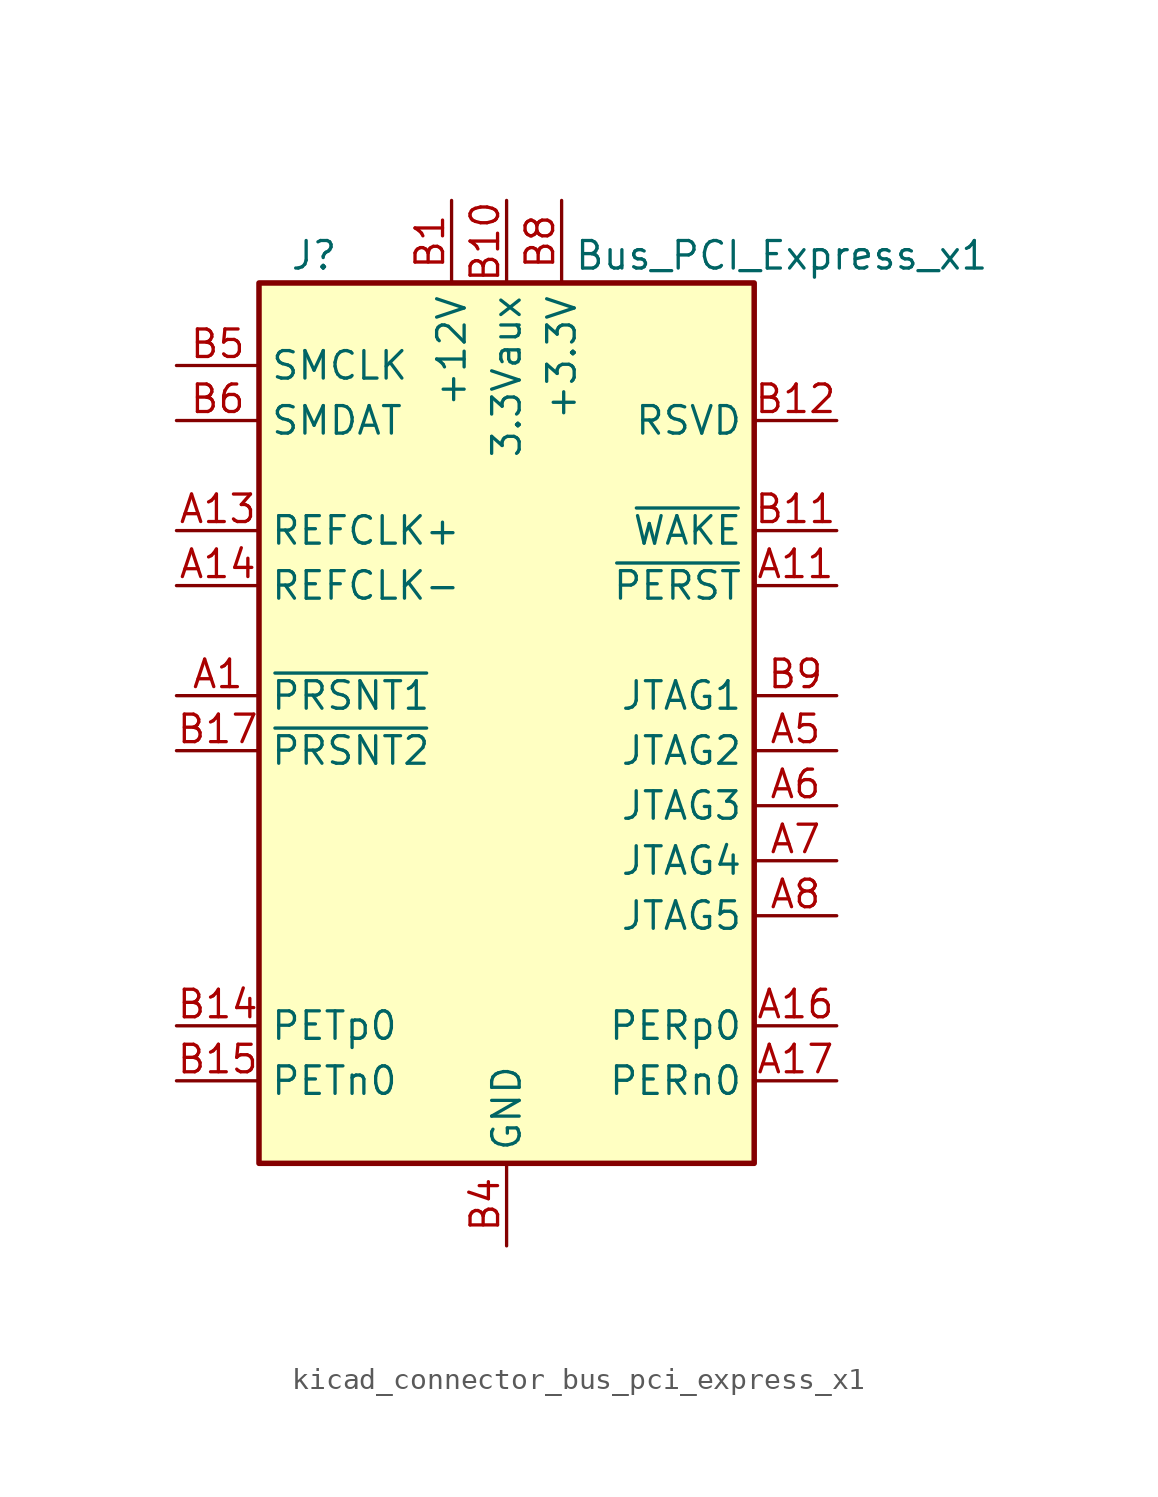
<source format=kicad_sym>
(kicad_symbol_lib
  (version 20220914)
  (generator kicad_symbol_editor)
  (symbol "kicad_connector_bus_pci_express_x1"
    (property "Reference" "J"
      (at -8.89 22.86 0)
      (effects (font (size 1.27 1.27))))
    (property "Value" "Bus_PCI_Express_x1"
      (at 12.7 22.86 0)
      (effects (font (size 1.27 1.27))))
    (symbol "kicad_connector_bus_pci_express_x1_0_1"
      (rectangle (start -11.43 21.59) (end 11.43 -19.05) (stroke (width 0.254) (type default)) (fill (type background))))
    (symbol "kicad_connector_bus_pci_express_x1_1_1"
      (pin passive line (at -15.24 2.54 0) (length 3.81) (name "~{PRSNT1}" (effects (font (size 1.27 1.27)))) (number "A1" (effects (font (size 1.27 1.27)))))
      (pin passive line (at 2.54 25.4 270) (length 3.81) hide (name "+3.3V" (effects (font (size 1.27 1.27)))) (number "A10" (effects (font (size 1.27 1.27)))))
      (pin input line (at 15.24 7.62 180) (length 3.81) (name "~{PERST}" (effects (font (size 1.27 1.27)))) (number "A11" (effects (font (size 1.27 1.27)))))
      (pin passive line (at 0 -22.86 90) (length 3.81) hide (name "GND" (effects (font (size 1.27 1.27)))) (number "A12" (effects (font (size 1.27 1.27)))))
      (pin input line (at -15.24 10.16 0) (length 3.81) (name "REFCLK+" (effects (font (size 1.27 1.27)))) (number "A13" (effects (font (size 1.27 1.27)))))
      (pin input line (at -15.24 7.62 0) (length 3.81) (name "REFCLK-" (effects (font (size 1.27 1.27)))) (number "A14" (effects (font (size 1.27 1.27)))))
      (pin passive line (at 0 -22.86 90) (length 3.81) hide (name "GND" (effects (font (size 1.27 1.27)))) (number "A15" (effects (font (size 1.27 1.27)))))
      (pin output line (at 15.24 -12.7 180) (length 3.81) (name "PERp0" (effects (font (size 1.27 1.27)))) (number "A16" (effects (font (size 1.27 1.27)))))
      (pin output line (at 15.24 -15.24 180) (length 3.81) (name "PERn0" (effects (font (size 1.27 1.27)))) (number "A17" (effects (font (size 1.27 1.27)))))
      (pin passive line (at 0 -22.86 90) (length 3.81) hide (name "GND" (effects (font (size 1.27 1.27)))) (number "A18" (effects (font (size 1.27 1.27)))))
      (pin passive line (at -2.54 25.4 270) (length 3.81) hide (name "+12V" (effects (font (size 1.27 1.27)))) (number "A2" (effects (font (size 1.27 1.27)))))
      (pin passive line (at -2.54 25.4 270) (length 3.81) hide (name "+12V" (effects (font (size 1.27 1.27)))) (number "A3" (effects (font (size 1.27 1.27)))))
      (pin passive line (at 0 -22.86 90) (length 3.81) hide (name "GND" (effects (font (size 1.27 1.27)))) (number "A4" (effects (font (size 1.27 1.27)))))
      (pin input line (at 15.24 0 180) (length 3.81) (name "JTAG2" (effects (font (size 1.27 1.27)))) (number "A5" (effects (font (size 1.27 1.27)))))
      (pin input line (at 15.24 -2.54 180) (length 3.81) (name "JTAG3" (effects (font (size 1.27 1.27)))) (number "A6" (effects (font (size 1.27 1.27)))))
      (pin output line (at 15.24 -5.08 180) (length 3.81) (name "JTAG4" (effects (font (size 1.27 1.27)))) (number "A7" (effects (font (size 1.27 1.27)))))
      (pin input line (at 15.24 -7.62 180) (length 3.81) (name "JTAG5" (effects (font (size 1.27 1.27)))) (number "A8" (effects (font (size 1.27 1.27)))))
      (pin passive line (at 2.54 25.4 270) (length 3.81) hide (name "+3.3V" (effects (font (size 1.27 1.27)))) (number "A9" (effects (font (size 1.27 1.27)))))
      (pin power_in line (at -2.54 25.4 270) (length 3.81) (name "+12V" (effects (font (size 1.27 1.27)))) (number "B1" (effects (font (size 1.27 1.27)))))
      (pin power_in line (at 0 25.4 270) (length 3.81) (name "3.3Vaux" (effects (font (size 1.27 1.27)))) (number "B10" (effects (font (size 1.27 1.27)))))
      (pin open_collector line (at 15.24 10.16 180) (length 3.81) (name "~{WAKE}" (effects (font (size 1.27 1.27)))) (number "B11" (effects (font (size 1.27 1.27)))))
      (pin passive line (at 15.24 15.24 180) (length 3.81) (name "RSVD" (effects (font (size 1.27 1.27)))) (number "B12" (effects (font (size 1.27 1.27)))))
      (pin passive line (at 0 -22.86 90) (length 3.81) hide (name "GND" (effects (font (size 1.27 1.27)))) (number "B13" (effects (font (size 1.27 1.27)))))
      (pin input line (at -15.24 -12.7 0) (length 3.81) (name "PETp0" (effects (font (size 1.27 1.27)))) (number "B14" (effects (font (size 1.27 1.27)))))
      (pin input line (at -15.24 -15.24 0) (length 3.81) (name "PETn0" (effects (font (size 1.27 1.27)))) (number "B15" (effects (font (size 1.27 1.27)))))
      (pin passive line (at 0 -22.86 90) (length 3.81) hide (name "GND" (effects (font (size 1.27 1.27)))) (number "B16" (effects (font (size 1.27 1.27)))))
      (pin passive line (at -15.24 0 0) (length 3.81) (name "~{PRSNT2}" (effects (font (size 1.27 1.27)))) (number "B17" (effects (font (size 1.27 1.27)))))
      (pin passive line (at 0 -22.86 90) (length 3.81) hide (name "GND" (effects (font (size 1.27 1.27)))) (number "B18" (effects (font (size 1.27 1.27)))))
      (pin passive line (at -2.54 25.4 270) (length 3.81) hide (name "+12V" (effects (font (size 1.27 1.27)))) (number "B2" (effects (font (size 1.27 1.27)))))
      (pin passive line (at -2.54 25.4 270) (length 3.81) hide (name "+12V" (effects (font (size 1.27 1.27)))) (number "B3" (effects (font (size 1.27 1.27)))))
      (pin power_in line (at 0 -22.86 90) (length 3.81) (name "GND" (effects (font (size 1.27 1.27)))) (number "B4" (effects (font (size 1.27 1.27)))))
      (pin input line (at -15.24 17.78 0) (length 3.81) (name "SMCLK" (effects (font (size 1.27 1.27)))) (number "B5" (effects (font (size 1.27 1.27)))))
      (pin bidirectional line (at -15.24 15.24 0) (length 3.81) (name "SMDAT" (effects (font (size 1.27 1.27)))) (number "B6" (effects (font (size 1.27 1.27)))))
      (pin passive line (at 0 -22.86 90) (length 3.81) hide (name "GND" (effects (font (size 1.27 1.27)))) (number "B7" (effects (font (size 1.27 1.27)))))
      (pin power_in line (at 2.54 25.4 270) (length 3.81) (name "+3.3V" (effects (font (size 1.27 1.27)))) (number "B8" (effects (font (size 1.27 1.27)))))
      (pin input line (at 15.24 2.54 180) (length 3.81) (name "JTAG1" (effects (font (size 1.27 1.27)))) (number "B9" (effects (font (size 1.27 1.27))))))))
</source>
